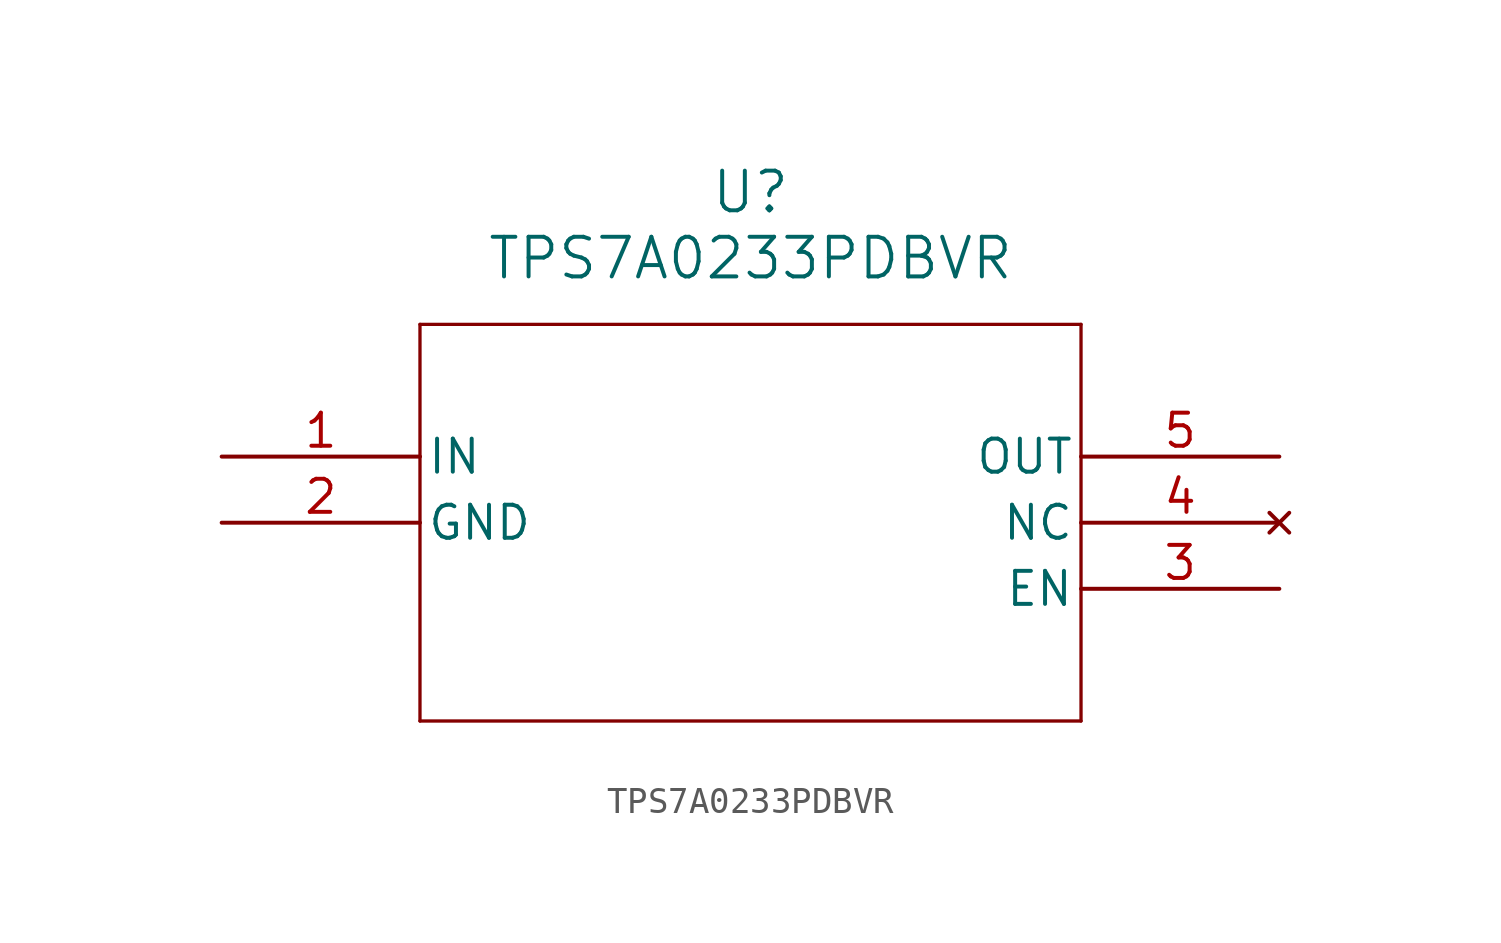
<source format=kicad_sym>
(kicad_symbol_lib
  (version 20211014)
  (generator kicad_symbol_editor)
  (symbol "TPS7A0233PDBVR"
    (pin_names
      (offset 0.254))
    (property "Reference" "U"
      (at 20.32 10.16 0)
      (effects (font (size 1.524 1.524))))
    (property "Value" "TPS7A0233PDBVR"
      (at 20.32 7.62 0)
      (effects (font (size 1.524 1.524))))
    (symbol "TPS7A0233PDBVR_0_1"
      (polyline (pts (xy 7.62 5.08) (xy 7.62 -10.16)) (stroke (width 0.127) (type default) (color 0 0 0 0)) (fill (type none)))
      (polyline (pts (xy 7.62 -10.16) (xy 33.02 -10.16)) (stroke (width 0.127) (type default) (color 0 0 0 0)) (fill (type none)))
      (polyline (pts (xy 33.02 -10.16) (xy 33.02 5.08)) (stroke (width 0.127) (type default) (color 0 0 0 0)) (fill (type none)))
      (polyline (pts (xy 33.02 5.08) (xy 7.62 5.08)) (stroke (width 0.127) (type default) (color 0 0 0 0)) (fill (type none)))
      (pin input line (at 0 0 0) (length 7.62) (name "IN" (effects (font (size 1.27 1.27)))) (number "1" (effects (font (size 1.27 1.27)))))
      (pin power_out line (at 0 -2.54 0) (length 7.62) (name "GND" (effects (font (size 1.27 1.27)))) (number "2" (effects (font (size 1.27 1.27)))))
      (pin input line (at 40.64 -5.08 180) (length 7.62) (name "EN" (effects (font (size 1.27 1.27)))) (number "3" (effects (font (size 1.27 1.27)))))
      (pin no_connect line (at 40.64 -2.54 180) (length 7.62) (name "NC" (effects (font (size 1.27 1.27)))) (number "4" (effects (font (size 1.27 1.27)))))
      (pin output line (at 40.64 0 180) (length 7.62) (name "OUT" (effects (font (size 1.27 1.27)))) (number "5" (effects (font (size 1.27 1.27))))))))
</source>
